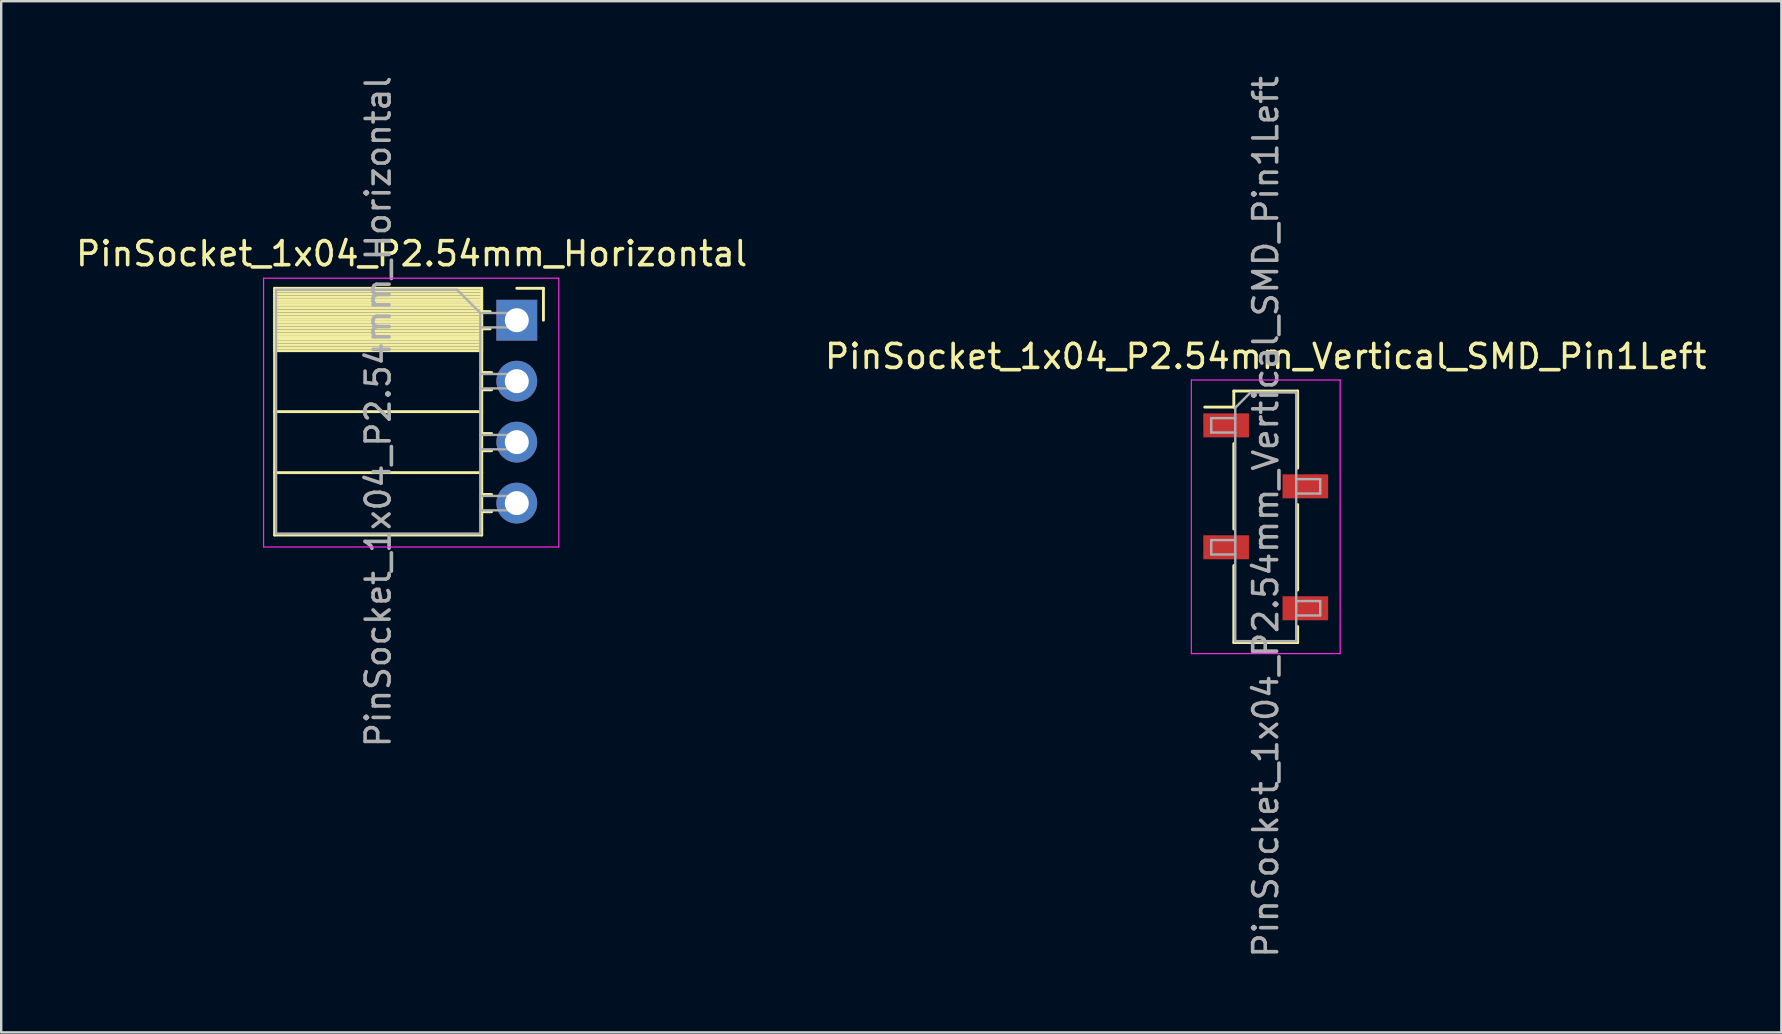
<source format=kicad_pcb>
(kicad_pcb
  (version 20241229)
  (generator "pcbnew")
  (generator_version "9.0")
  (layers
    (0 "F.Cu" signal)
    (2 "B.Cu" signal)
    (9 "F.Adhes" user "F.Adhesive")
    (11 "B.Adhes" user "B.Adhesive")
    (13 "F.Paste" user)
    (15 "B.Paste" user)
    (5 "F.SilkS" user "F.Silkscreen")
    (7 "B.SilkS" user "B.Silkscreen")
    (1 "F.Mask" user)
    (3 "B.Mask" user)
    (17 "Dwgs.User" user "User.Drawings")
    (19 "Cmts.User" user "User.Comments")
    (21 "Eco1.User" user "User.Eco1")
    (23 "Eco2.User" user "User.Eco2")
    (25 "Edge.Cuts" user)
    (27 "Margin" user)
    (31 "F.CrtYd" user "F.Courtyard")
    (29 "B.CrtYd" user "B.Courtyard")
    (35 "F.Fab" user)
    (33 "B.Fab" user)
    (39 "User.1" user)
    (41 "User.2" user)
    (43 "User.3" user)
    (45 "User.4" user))
  (footprint "PinSocket_1x04_P2.54mm_Horizontal"
    (layer "F.Cu")
    (at 18.481 10.291)
    (property "Reference" "PinSocket_1x04_P2.54mm_Horizontal" (at -4.38 -2.77 0) (layer "F.SilkS") (effects (font (size 1 1) (thickness 0.15))))
    (attr through_hole)
    (fp_line (start -10.09 -1.33) (end -10.09 8.95) (stroke (width 0.12) (type solid)) (layer "F.SilkS"))
    (fp_line (start -10.09 -1.33) (end -1.46 -1.33) (stroke (width 0.12) (type solid)) (layer "F.SilkS"))
    (fp_line (start -10.09 -1.21) (end -1.46 -1.21) (stroke (width 0.12) (type solid)) (layer "F.SilkS"))
    (fp_line (start -10.09 -1.092) (end -1.46 -1.092) (stroke (width 0.12) (type solid)) (layer "F.SilkS"))
    (fp_line (start -10.09 -0.974) (end -1.46 -0.974) (stroke (width 0.12) (type solid)) (layer "F.SilkS"))
    (fp_line (start -10.09 -0.856) (end -1.46 -0.856) (stroke (width 0.12) (type solid)) (layer "F.SilkS"))
    (fp_line (start -10.09 -0.738) (end -1.46 -0.738) (stroke (width 0.12) (type solid)) (layer "F.SilkS"))
    (fp_line (start -10.09 -0.62) (end -1.46 -0.62) (stroke (width 0.12) (type solid)) (layer "F.SilkS"))
    (fp_line (start -10.09 -0.501) (end -1.46 -0.501) (stroke (width 0.12) (type solid)) (layer "F.SilkS"))
    (fp_line (start -10.09 -0.383) (end -1.46 -0.383) (stroke (width 0.12) (type solid)) (layer "F.SilkS"))
    (fp_line (start -10.09 -0.265) (end -1.46 -0.265) (stroke (width 0.12) (type solid)) (layer "F.SilkS"))
    (fp_line (start -10.09 -0.147) (end -1.46 -0.147) (stroke (width 0.12) (type solid)) (layer "F.SilkS"))
    (fp_line (start -10.09 -0.029) (end -1.46 -0.029) (stroke (width 0.12) (type solid)) (layer "F.SilkS"))
    (fp_line (start -10.09 0.089) (end -1.46 0.089) (stroke (width 0.12) (type solid)) (layer "F.SilkS"))
    (fp_line (start -10.09 0.207) (end -1.46 0.207) (stroke (width 0.12) (type solid)) (layer "F.SilkS"))
    (fp_line (start -10.09 0.325) (end -1.46 0.325) (stroke (width 0.12) (type solid)) (layer "F.SilkS"))
    (fp_line (start -10.09 0.443) (end -1.46 0.443) (stroke (width 0.12) (type solid)) (layer "F.SilkS"))
    (fp_line (start -10.09 0.561) (end -1.46 0.561) (stroke (width 0.12) (type solid)) (layer "F.SilkS"))
    (fp_line (start -10.09 0.68) (end -1.46 0.68) (stroke (width 0.12) (type solid)) (layer "F.SilkS"))
    (fp_line (start -10.09 0.798) (end -1.46 0.798) (stroke (width 0.12) (type solid)) (layer "F.SilkS"))
    (fp_line (start -10.09 0.916) (end -1.46 0.916) (stroke (width 0.12) (type solid)) (layer "F.SilkS"))
    (fp_line (start -10.09 1.034) (end -1.46 1.034) (stroke (width 0.12) (type solid)) (layer "F.SilkS"))
    (fp_line (start -10.09 1.152) (end -1.46 1.152) (stroke (width 0.12) (type solid)) (layer "F.SilkS"))
    (fp_line (start -10.09 1.27) (end -1.46 1.27) (stroke (width 0.12) (type solid)) (layer "F.SilkS"))
    (fp_line (start -10.09 3.81) (end -1.46 3.81) (stroke (width 0.12) (type solid)) (layer "F.SilkS"))
    (fp_line (start -10.09 6.35) (end -1.46 6.35) (stroke (width 0.12) (type solid)) (layer "F.SilkS"))
    (fp_line (start -10.09 8.95) (end -1.46 8.95) (stroke (width 0.12) (type solid)) (layer "F.SilkS"))
    (fp_line (start -1.46 -1.33) (end -1.46 8.95) (stroke (width 0.12) (type solid)) (layer "F.SilkS"))
    (fp_line (start -1.46 -0.36) (end -1.11 -0.36) (stroke (width 0.12) (type solid)) (layer "F.SilkS"))
    (fp_line (start -1.46 0.36) (end -1.11 0.36) (stroke (width 0.12) (type solid)) (layer "F.SilkS"))
    (fp_line (start -1.46 2.18) (end -1.05 2.18) (stroke (width 0.12) (type solid)) (layer "F.SilkS"))
    (fp_line (start -1.46 2.9) (end -1.05 2.9) (stroke (width 0.12) (type solid)) (layer "F.SilkS"))
    (fp_line (start -1.46 4.72) (end -1.05 4.72) (stroke (width 0.12) (type solid)) (layer "F.SilkS"))
    (fp_line (start -1.46 5.44) (end -1.05 5.44) (stroke (width 0.12) (type solid)) (layer "F.SilkS"))
    (fp_line (start -1.46 7.26) (end -1.05 7.26) (stroke (width 0.12) (type solid)) (layer "F.SilkS"))
    (fp_line (start -1.46 7.98) (end -1.05 7.98) (stroke (width 0.12) (type solid)) (layer "F.SilkS"))
    (fp_line (start 0 -1.33) (end 1.11 -1.33) (stroke (width 0.12) (type solid)) (layer "F.SilkS"))
    (fp_line (start 1.11 -1.33) (end 1.11 0) (stroke (width 0.12) (type solid)) (layer "F.SilkS"))
    (fp_line (start -10.55 -1.75) (end -10.55 9.45) (stroke (width 0.05) (type solid)) (layer "F.CrtYd"))
    (fp_line (start -10.55 9.45) (end 1.75 9.45) (stroke (width 0.05) (type solid)) (layer "F.CrtYd"))
    (fp_line (start 1.75 -1.75) (end -10.55 -1.75) (stroke (width 0.05) (type solid)) (layer "F.CrtYd"))
    (fp_line (start 1.75 9.45) (end 1.75 -1.75) (stroke (width 0.05) (type solid)) (layer "F.CrtYd"))
    (fp_line (start -10.03 -1.27) (end -2.49 -1.27) (stroke (width 0.1) (type solid)) (layer "F.Fab"))
    (fp_line (start -10.03 8.89) (end -10.03 -1.27) (stroke (width 0.1) (type solid)) (layer "F.Fab"))
    (fp_line (start -2.49 -1.27) (end -1.52 -0.3) (stroke (width 0.1) (type solid)) (layer "F.Fab"))
    (fp_line (start -1.52 -0.3) (end -1.52 8.89) (stroke (width 0.1) (type solid)) (layer "F.Fab"))
    (fp_line (start -1.52 0.3) (end 0 0.3) (stroke (width 0.1) (type solid)) (layer "F.Fab"))
    (fp_line (start -1.52 2.84) (end 0 2.84) (stroke (width 0.1) (type solid)) (layer "F.Fab"))
    (fp_line (start -1.52 5.38) (end 0 5.38) (stroke (width 0.1) (type solid)) (layer "F.Fab"))
    (fp_line (start -1.52 7.92) (end 0 7.92) (stroke (width 0.1) (type solid)) (layer "F.Fab"))
    (fp_line (start -1.52 8.89) (end -10.03 8.89) (stroke (width 0.1) (type solid)) (layer "F.Fab"))
    (fp_line (start 0 -0.3) (end -1.52 -0.3) (stroke (width 0.1) (type solid)) (layer "F.Fab"))
    (fp_line (start 0 0.3) (end 0 -0.3) (stroke (width 0.1) (type solid)) (layer "F.Fab"))
    (fp_line (start 0 2.24) (end -1.52 2.24) (stroke (width 0.1) (type solid)) (layer "F.Fab"))
    (fp_line (start 0 2.84) (end 0 2.24) (stroke (width 0.1) (type solid)) (layer "F.Fab"))
    (fp_line (start 0 4.78) (end -1.52 4.78) (stroke (width 0.1) (type solid)) (layer "F.Fab"))
    (fp_line (start 0 5.38) (end 0 4.78) (stroke (width 0.1) (type solid)) (layer "F.Fab"))
    (fp_line (start 0 7.32) (end -1.52 7.32) (stroke (width 0.1) (type solid)) (layer "F.Fab"))
    (fp_line (start 0 7.92) (end 0 7.32) (stroke (width 0.1) (type solid)) (layer "F.Fab"))
    (fp_text user "${REFERENCE}" (at -5.775 3.81 90) (layer "F.Fab") (effects (font (size 1 1) (thickness 0.15))))
    (pad "1" thru_hole rect (at 0 0) (size 1.7 1.7) (drill 1) (layers "*.Cu" "*.Mask"))
    (pad "2" thru_hole oval (at 0 2.54) (size 1.7 1.7) (drill 1) (layers "*.Cu" "*.Mask"))
    (pad "3" thru_hole oval (at 0 5.08) (size 1.7 1.7) (drill 1) (layers "*.Cu" "*.Mask"))
    (pad "4" thru_hole oval (at 0 7.62) (size 1.7 1.7) (drill 1) (layers "*.Cu" "*.Mask")))
  (footprint "PinSocket_1x04_P2.54mm_Vertical_SMD_Pin1Left"
    (layer "F.Cu")
    (at 49.685 18.482)
    (property "Reference" "PinSocket_1x04_P2.54mm_Vertical_SMD_Pin1Left" (at 0 -6.68 0) (layer "F.SilkS") (effects (font (size 1 1) (thickness 0.15))))
    (attr smd)
    (fp_line (start -2.54 -4.57) (end -1.33 -4.57) (stroke (width 0.12) (type solid)) (layer "F.SilkS"))
    (fp_line (start -1.33 -5.24) (end -1.33 -4.57) (stroke (width 0.12) (type solid)) (layer "F.SilkS"))
    (fp_line (start -1.33 -5.24) (end 1.33 -5.24) (stroke (width 0.12) (type solid)) (layer "F.SilkS"))
    (fp_line (start -1.33 -3.05) (end -1.33 0.51) (stroke (width 0.12) (type solid)) (layer "F.SilkS"))
    (fp_line (start -1.33 2.03) (end -1.33 5.24) (stroke (width 0.12) (type solid)) (layer "F.SilkS"))
    (fp_line (start -1.33 5.24) (end 1.33 5.24) (stroke (width 0.12) (type solid)) (layer "F.SilkS"))
    (fp_line (start 1.33 -5.24) (end 1.33 -2.03) (stroke (width 0.12) (type solid)) (layer "F.SilkS"))
    (fp_line (start 1.33 -0.51) (end 1.33 3.05) (stroke (width 0.12) (type solid)) (layer "F.SilkS"))
    (fp_line (start 1.33 4.57) (end 1.33 5.24) (stroke (width 0.12) (type solid)) (layer "F.SilkS"))
    (fp_line (start -3.1 -5.7) (end 3.1 -5.7) (stroke (width 0.05) (type solid)) (layer "F.CrtYd"))
    (fp_line (start -3.1 5.7) (end -3.1 -5.7) (stroke (width 0.05) (type solid)) (layer "F.CrtYd"))
    (fp_line (start 3.1 -5.7) (end 3.1 5.7) (stroke (width 0.05) (type solid)) (layer "F.CrtYd"))
    (fp_line (start 3.1 5.7) (end -3.1 5.7) (stroke (width 0.05) (type solid)) (layer "F.CrtYd"))
    (fp_line (start -2.27 -4.11) (end -1.27 -4.11) (stroke (width 0.1) (type solid)) (layer "F.Fab"))
    (fp_line (start -2.27 -3.51) (end -2.27 -4.11) (stroke (width 0.1) (type solid)) (layer "F.Fab"))
    (fp_line (start -2.27 0.97) (end -1.27 0.97) (stroke (width 0.1) (type solid)) (layer "F.Fab"))
    (fp_line (start -2.27 1.57) (end -2.27 0.97) (stroke (width 0.1) (type solid)) (layer "F.Fab"))
    (fp_line (start -1.27 -4.545) (end -0.635 -5.18) (stroke (width 0.1) (type solid)) (layer "F.Fab"))
    (fp_line (start -1.27 -3.51) (end -2.27 -3.51) (stroke (width 0.1) (type solid)) (layer "F.Fab"))
    (fp_line (start -1.27 1.57) (end -2.27 1.57) (stroke (width 0.1) (type solid)) (layer "F.Fab"))
    (fp_line (start -1.27 5.18) (end -1.27 -4.545) (stroke (width 0.1) (type solid)) (layer "F.Fab"))
    (fp_line (start -0.635 -5.18) (end 1.27 -5.18) (stroke (width 0.1) (type solid)) (layer "F.Fab"))
    (fp_line (start 1.27 -5.18) (end 1.27 5.18) (stroke (width 0.1) (type solid)) (layer "F.Fab"))
    (fp_line (start 1.27 -1.57) (end 2.27 -1.57) (stroke (width 0.1) (type solid)) (layer "F.Fab"))
    (fp_line (start 1.27 3.51) (end 2.27 3.51) (stroke (width 0.1) (type solid)) (layer "F.Fab"))
    (fp_line (start 1.27 5.18) (end -1.27 5.18) (stroke (width 0.1) (type solid)) (layer "F.Fab"))
    (fp_line (start 2.27 -1.57) (end 2.27 -0.97) (stroke (width 0.1) (type solid)) (layer "F.Fab"))
    (fp_line (start 2.27 -0.97) (end 1.27 -0.97) (stroke (width 0.1) (type solid)) (layer "F.Fab"))
    (fp_line (start 2.27 3.51) (end 2.27 4.11) (stroke (width 0.1) (type solid)) (layer "F.Fab"))
    (fp_line (start 2.27 4.11) (end 1.27 4.11) (stroke (width 0.1) (type solid)) (layer "F.Fab"))
    (fp_text user "${REFERENCE}" (at 0 0 90) (layer "F.Fab") (effects (font (size 1 1) (thickness 0.15))))
    (pad "1" smd rect (at -1.65 -3.81) (size 1.9 1) (layers "F.Cu" "F.Mask" "F.Paste"))
    (pad "2" smd rect (at 1.65 -1.27) (size 1.9 1) (layers "F.Cu" "F.Mask" "F.Paste"))
    (pad "3" smd rect (at -1.65 1.27) (size 1.9 1) (layers "F.Cu" "F.Mask" "F.Paste"))
    (pad "4" smd rect (at 1.65 3.81) (size 1.9 1) (layers "F.Cu" "F.Mask" "F.Paste")))
  (gr_rect
    (start -3 -3)
    (end 71.167 39.964)
    (stroke (width 0.1) (type default))
    (fill no)
    (layer "Edge.Cuts")))
</source>
